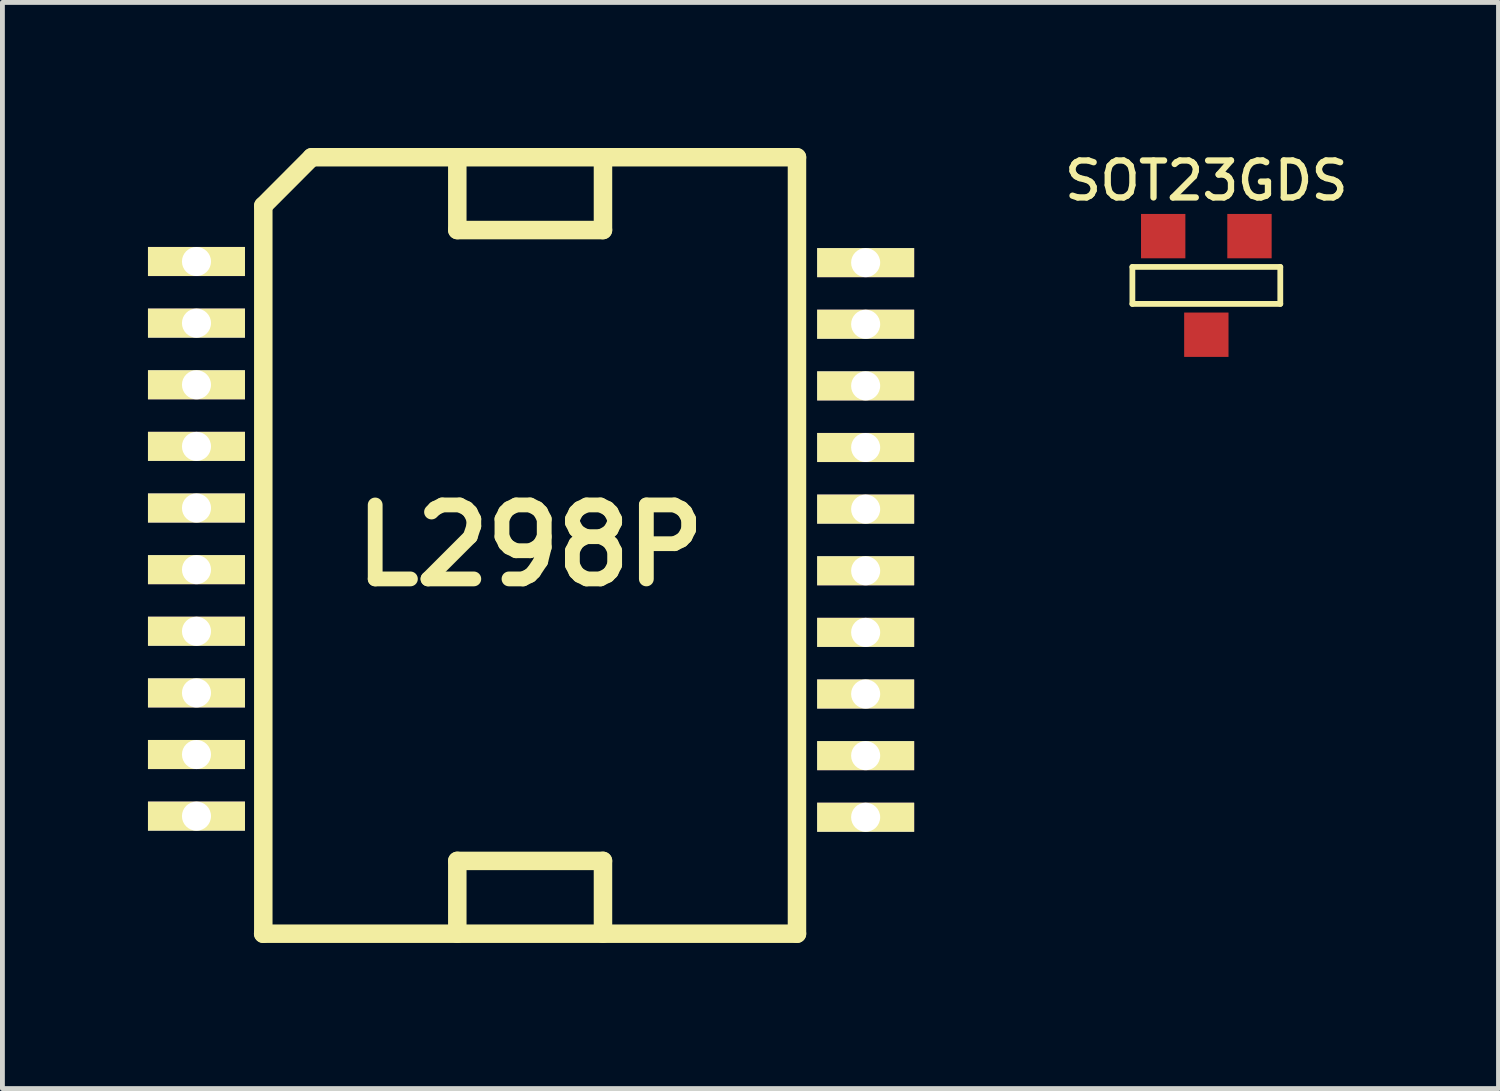
<source format=kicad_pcb>
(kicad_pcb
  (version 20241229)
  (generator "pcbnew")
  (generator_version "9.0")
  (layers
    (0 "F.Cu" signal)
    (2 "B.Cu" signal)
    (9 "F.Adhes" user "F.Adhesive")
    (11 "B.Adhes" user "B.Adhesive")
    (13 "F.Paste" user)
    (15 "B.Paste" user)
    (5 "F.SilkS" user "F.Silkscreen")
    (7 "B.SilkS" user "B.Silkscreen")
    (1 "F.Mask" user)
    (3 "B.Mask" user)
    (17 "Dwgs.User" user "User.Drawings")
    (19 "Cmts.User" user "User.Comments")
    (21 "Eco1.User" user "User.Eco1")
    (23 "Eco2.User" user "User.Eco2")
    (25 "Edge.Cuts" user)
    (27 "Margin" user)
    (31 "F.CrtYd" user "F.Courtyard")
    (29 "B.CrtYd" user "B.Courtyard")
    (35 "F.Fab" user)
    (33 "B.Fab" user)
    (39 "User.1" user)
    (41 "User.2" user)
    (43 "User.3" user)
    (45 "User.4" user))
  (footprint "SOT23GDS"
    (layer "F.Cu")
    (at 21.81 2.832)
    (property "Reference" "SOT23GDS" (at 0 -2.159 0) (layer "F.SilkS") (effects (font (size 0.762 0.762) (thickness 0.13))))
    (attr smd)
    (fp_line (start -1.524 -0.381) (end 1.524 -0.381) (stroke (width 0.119) (type solid)) (layer "F.SilkS"))
    (fp_line (start -1.524 0.381) (end -1.524 -0.381) (stroke (width 0.119) (type solid)) (layer "F.SilkS"))
    (fp_line (start 1.524 -0.381) (end 1.524 0.381) (stroke (width 0.119) (type solid)) (layer "F.SilkS"))
    (fp_line (start 1.524 0.381) (end -1.524 0.381) (stroke (width 0.119) (type solid)) (layer "F.SilkS"))
    (pad "D" smd rect (at 0 1.016) (size 0.914 0.914) (layers "F.Cu" "F.Mask" "F.Paste"))
    (pad "G" smd rect (at 0.889 -1.016) (size 0.914 0.914) (layers "F.Cu" "F.Mask" "F.Paste"))
    (pad "S" smd rect (at -0.889 -1.016) (size 0.914 0.914) (layers "F.Cu" "F.Mask" "F.Paste")))
  (footprint "L298P"
    (layer "F.Cu")
    (at 7.875 8.191)
    (property "Reference" "L298P" (at 0 0 0) (layer "F.SilkS") (effects (font (size 1.524 1.524) (thickness 0.305))))
    (attr through_hole)
    (fp_line (start -5.502 8.001) (end 5.499 8.001) (stroke (width 0.381) (type solid)) (layer "F.SilkS"))
    (fp_line (start -5.499 -7) (end -5.499 8.001) (stroke (width 0.381) (type solid)) (layer "F.SilkS"))
    (fp_line (start -4.501 -8.001) (end -5.499 -7) (stroke (width 0.381) (type solid)) (layer "F.SilkS"))
    (fp_line (start -4.501 -8.001) (end 5.499 -8.001) (stroke (width 0.381) (type solid)) (layer "F.SilkS"))
    (fp_line (start -1.501 -6.5) (end -1.501 -8.001) (stroke (width 0.381) (type solid)) (layer "F.SilkS"))
    (fp_line (start -1.501 6.5) (end -1.501 8.001) (stroke (width 0.381) (type solid)) (layer "F.SilkS"))
    (fp_line (start 1.501 -8.001) (end 1.501 -6.5) (stroke (width 0.381) (type solid)) (layer "F.SilkS"))
    (fp_line (start 1.501 -6.5) (end -1.501 -6.5) (stroke (width 0.381) (type solid)) (layer "F.SilkS"))
    (fp_line (start 1.501 6.5) (end -1.501 6.5) (stroke (width 0.381) (type solid)) (layer "F.SilkS"))
    (fp_line (start 1.501 8.001) (end 1.501 6.5) (stroke (width 0.381) (type solid)) (layer "F.SilkS"))
    (fp_line (start 5.499 8.001) (end 5.499 -7.998) (stroke (width 0.381) (type solid)) (layer "F.SilkS"))
    (pad "1" thru_hole rect (at -6.876 -5.852 90) (size 0.599 1.999) (drill 0.762) (layers "*.Cu" "*.Mask" "F.SilkS"))
    (pad "2" thru_hole rect (at -6.876 -4.582 90) (size 0.599 1.999) (drill 0.762) (layers "*.Cu" "*.Mask" "F.SilkS"))
    (pad "3" thru_hole rect (at -6.876 -3.312 90) (size 0.599 1.999) (drill 0.762) (layers "*.Cu" "*.Mask" "F.SilkS"))
    (pad "4" thru_hole rect (at -6.876 -2.042 90) (size 0.599 1.999) (drill 0.762) (layers "*.Cu" "*.Mask" "F.SilkS"))
    (pad "5" thru_hole rect (at -6.876 -0.772 90) (size 0.599 1.999) (drill 0.762) (layers "*.Cu" "*.Mask" "F.SilkS"))
    (pad "6" thru_hole rect (at -6.876 0.498 90) (size 0.599 1.999) (drill 0.762) (layers "*.Cu" "*.Mask" "F.SilkS"))
    (pad "7" thru_hole rect (at -6.876 1.768 90) (size 0.599 1.999) (drill 0.762) (layers "*.Cu" "*.Mask" "F.SilkS"))
    (pad "8" thru_hole rect (at -6.876 3.038 90) (size 0.599 1.999) (drill 0.762) (layers "*.Cu" "*.Mask" "F.SilkS"))
    (pad "9" thru_hole rect (at -6.876 4.308 90) (size 0.599 1.999) (drill 0.762) (layers "*.Cu" "*.Mask" "F.SilkS"))
    (pad "10" thru_hole rect (at -6.876 5.578 90) (size 0.599 1.999) (drill 0.762) (layers "*.Cu" "*.Mask" "F.SilkS"))
    (pad "11" thru_hole rect (at 6.914 5.601 90) (size 0.599 1.999) (drill 0.762) (layers "*.Cu" "*.Mask" "F.SilkS"))
    (pad "12" thru_hole rect (at 6.914 4.331 90) (size 0.599 1.999) (drill 0.762) (layers "*.Cu" "*.Mask" "F.SilkS"))
    (pad "13" thru_hole rect (at 6.914 3.061 90) (size 0.599 1.999) (drill 0.762) (layers "*.Cu" "*.Mask" "F.SilkS"))
    (pad "14" thru_hole rect (at 6.914 1.791 90) (size 0.599 1.999) (drill 0.762) (layers "*.Cu" "*.Mask" "F.SilkS"))
    (pad "15" thru_hole rect (at 6.914 0.521 90) (size 0.599 1.999) (drill 0.762) (layers "*.Cu" "*.Mask" "F.SilkS"))
    (pad "16" thru_hole rect (at 6.914 -0.749 90) (size 0.599 1.999) (drill 0.762) (layers "*.Cu" "*.Mask" "F.SilkS"))
    (pad "17" thru_hole rect (at 6.914 -2.019 90) (size 0.599 1.999) (drill 0.762) (layers "*.Cu" "*.Mask" "F.SilkS"))
    (pad "18" thru_hole rect (at 6.914 -4.559 90) (size 0.599 1.999) (drill 0.762) (layers "*.Cu" "*.Mask" "F.SilkS"))
    (pad "19" thru_hole rect (at 6.914 -3.289 90) (size 0.599 1.999) (drill 0.762) (layers "*.Cu" "*.Mask" "F.SilkS"))
    (pad "20" thru_hole rect (at 6.914 -5.829 90) (size 0.599 1.999) (drill 0.762) (layers "*.Cu" "*.Mask" "F.SilkS")))
  (gr_rect
    (start -3 -3)
    (end 27.831 19.383)
    (stroke (width 0.1) (type default))
    (fill no)
    (layer "Edge.Cuts")))
</source>
